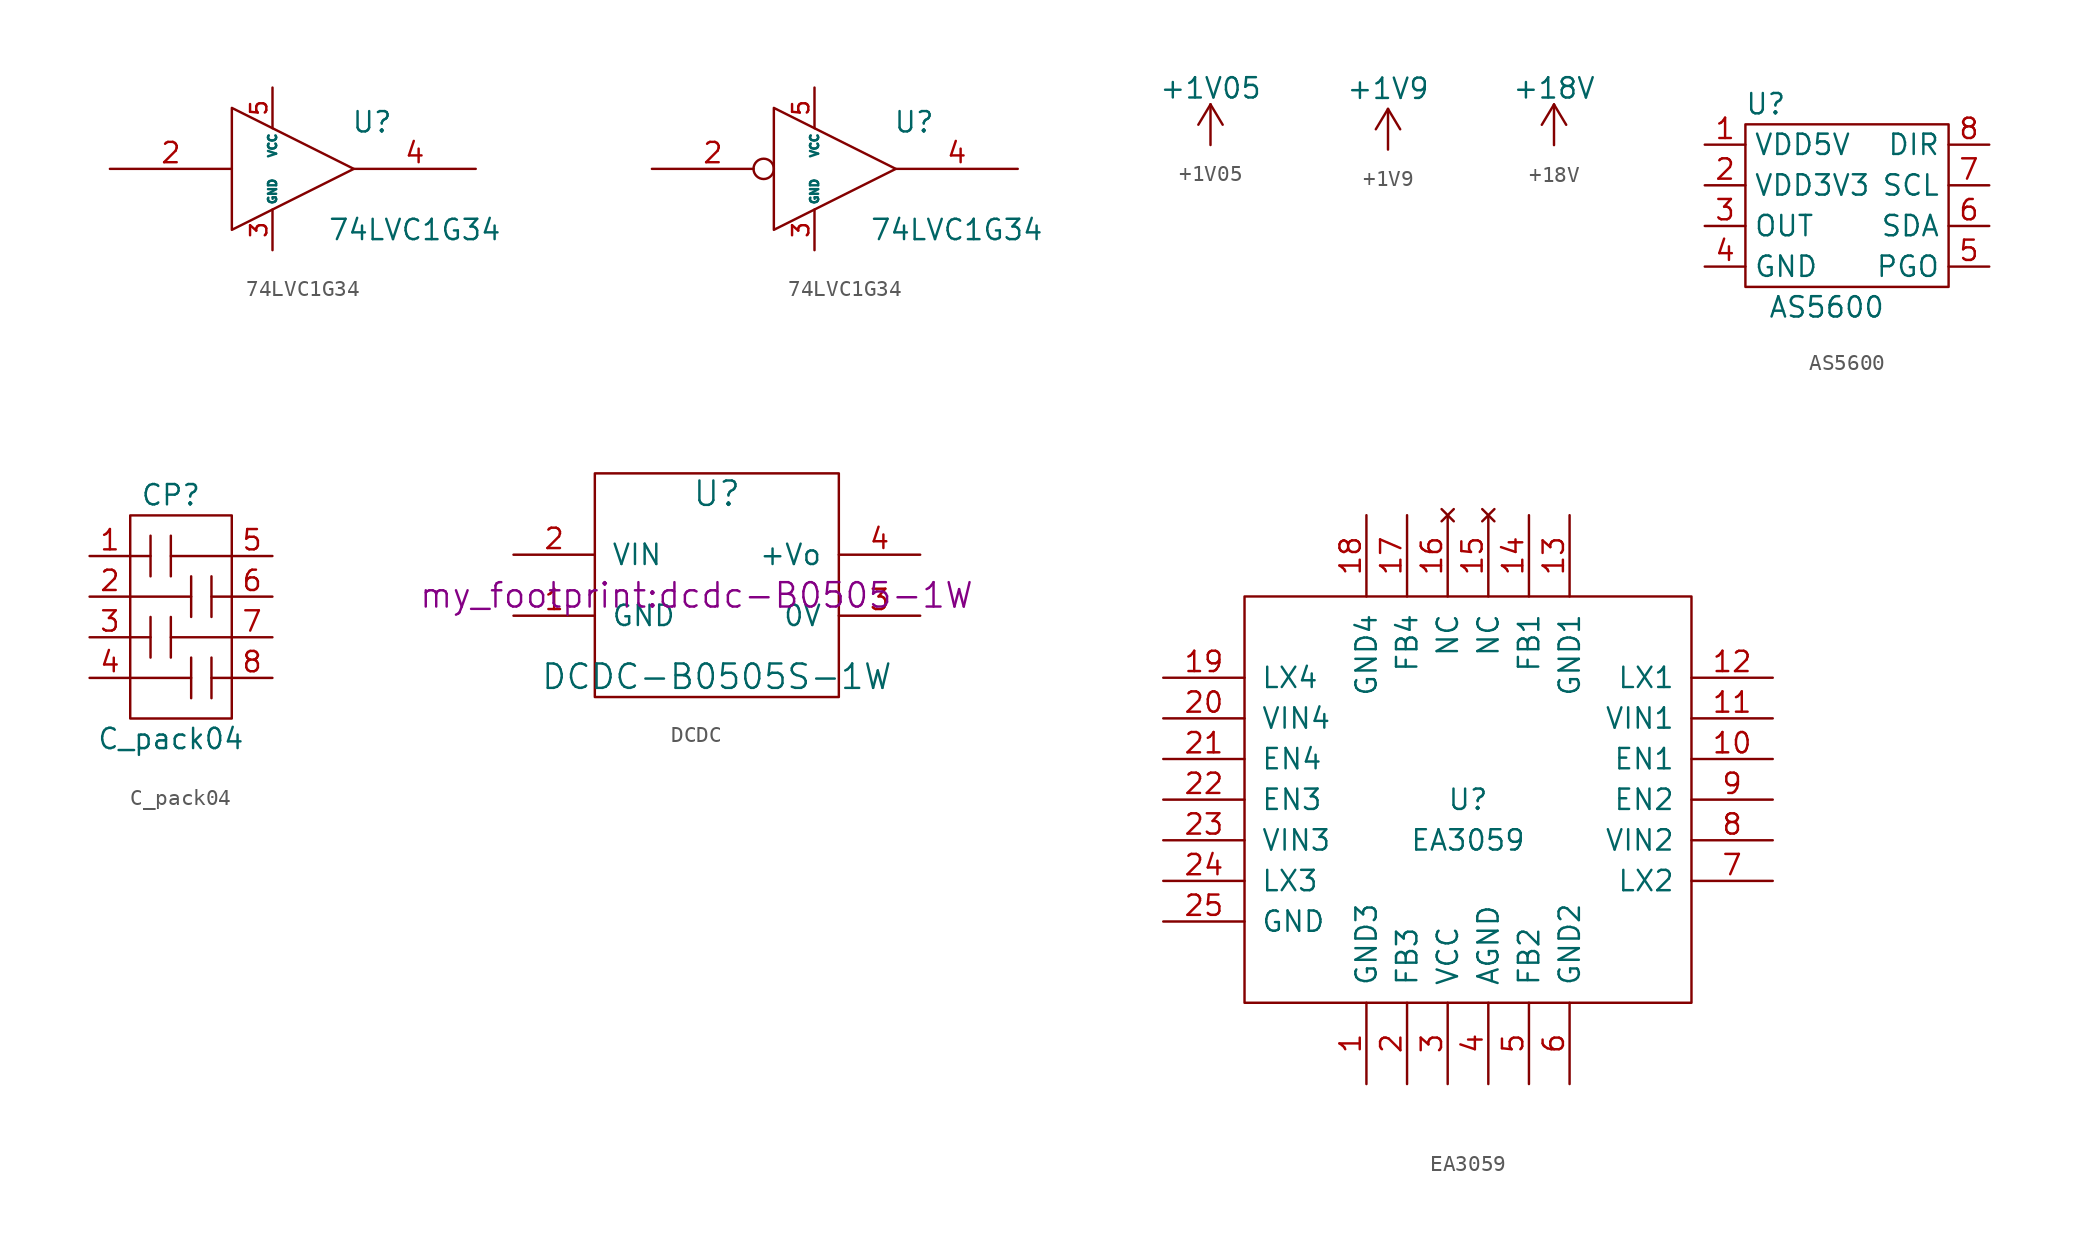
<source format=kicad_sym>
(kicad_symbol_lib
  (version 20220914)
  (generator kicad_symbol_editor)
  (symbol "74LVC1G34"
    (pin_names
      (offset 0.254))
    (property "Reference" "U"
      (at 4.953 2.921 0)
      (effects (font (size 1.27 1.27))))
    (property "Value" "74LVC1G34"
      (at 7.62 -3.81 0)
      (effects (font (size 1.27 1.27))))
    (symbol "74LVC1G34_0_0"
      (polyline (pts (xy -3.81 3.81) (xy -3.81 -3.81) (xy 3.81 0) (xy -3.81 3.81)) (stroke (width 0) (type default)) (fill (type none)))
      (pin power_in line (at -1.27 -5.08 90) (length 2.54) (name "GND" (effects (font (size 0.508 0.508)))) (number "3" (effects (font (size 1.016 1.016)))))
      (pin power_in line (at -1.27 5.08 270) (length 2.54) (name "VCC" (effects (font (size 0.508 0.508)))) (number "5" (effects (font (size 1.016 1.016))))))
    (symbol "74LVC1G34_1_1"
      (pin input line (at -11.43 0 0) (length 7.62) (name "~" (effects (font (size 1.27 1.27)))) (number "2" (effects (font (size 1.27 1.27)))))
      (pin output line (at 11.43 0 180) (length 7.62) (name "~" (effects (font (size 1.27 1.27)))) (number "4" (effects (font (size 1.27 1.27))))))
    (symbol "74LVC1G34_1_2"
      (pin input inverted (at -11.43 0 0) (length 7.62) (name "~" (effects (font (size 1.27 1.27)))) (number "2" (effects (font (size 1.27 1.27)))))
      (pin output line (at 11.43 0 180) (length 7.62) (name "~" (effects (font (size 1.27 1.27)))) (number "4" (effects (font (size 1.27 1.27)))))))
  (symbol "+1V05"
    (power)
    (pin_names
      (offset 0))
    (property "Reference" "#PWR"
      (at 0 -3.81 0)
      (effects (font (size 1.27 1.27)) hide))
    (property "Value" "+1V05"
      (at 0 3.556 0)
      (effects (font (size 1.27 1.27))))
    (property "Footprint" ""
      (at 0 0 0)
      (effects (font (size 1.27 1.27))))
    (property "Datasheet" ""
      (at 0 0 0)
      (effects (font (size 1.27 1.27))))
    (symbol "+1V05_0_1"
      (polyline (pts (xy -0.762 1.27) (xy 0 2.54)) (stroke (width 0) (type default)) (fill (type none)))
      (polyline (pts (xy 0 0) (xy 0 2.54)) (stroke (width 0) (type default)) (fill (type none)))
      (polyline (pts (xy 0 2.54) (xy 0.762 1.27)) (stroke (width 0) (type default)) (fill (type none))))
    (symbol "+1V05_1_1"
      (pin power_in line (at 0 0 90) (length 0) hide (name "+1V05" (effects (font (size 1.27 1.27)))) (number "1" (effects (font (size 1.27 1.27)))))))
  (symbol "+1V9"
    (power)
    (pin_names
      (offset 0))
    (property "Reference" "#PWR"
      (at 0 -3.81 0)
      (effects (font (size 1.27 1.27)) hide))
    (property "Value" "+1V9"
      (at 0 3.81 0)
      (effects (font (size 1.27 1.27))))
    (property "Footprint" ""
      (at 0 0 0)
      (effects (font (size 1.27 1.27))))
    (property "Datasheet" ""
      (at 0 0 0)
      (effects (font (size 1.27 1.27))))
    (symbol "+1V9_0_1"
      (polyline (pts (xy -0.762 1.27) (xy 0 2.54)) (stroke (width 0) (type default)) (fill (type none)))
      (polyline (pts (xy 0 0) (xy 0 2.54)) (stroke (width 0) (type default)) (fill (type none)))
      (polyline (pts (xy 0 2.54) (xy 0.762 1.27)) (stroke (width 0) (type default)) (fill (type none))))
    (symbol "+1V9_1_1"
      (pin power_in line (at 0 0 90) (length 0) hide (name "+1V9" (effects (font (size 1.27 1.27)))) (number "1" (effects (font (size 1.27 1.27)))))))
  (symbol "+18V"
    (power)
    (pin_names
      (offset 0))
    (property "Reference" "#PWR"
      (at 0 -3.81 0)
      (effects (font (size 1.27 1.27)) hide))
    (property "Value" "+18V"
      (at 0 3.556 0)
      (effects (font (size 1.27 1.27))))
    (property "Footprint" ""
      (at 0 0 0)
      (effects (font (size 1.27 1.27))))
    (property "Datasheet" ""
      (at 0 0 0)
      (effects (font (size 1.27 1.27))))
    (symbol "+18V_0_1"
      (polyline (pts (xy -0.762 1.27) (xy 0 2.54)) (stroke (width 0) (type default)) (fill (type none)))
      (polyline (pts (xy 0 0) (xy 0 2.54)) (stroke (width 0) (type default)) (fill (type none)))
      (polyline (pts (xy 0 2.54) (xy 0.762 1.27)) (stroke (width 0) (type default)) (fill (type none))))
    (symbol "+18V_1_1"
      (pin power_in line (at 0 0 90) (length 0) hide (name "+18V" (effects (font (size 1.27 1.27)))) (number "1" (effects (font (size 1.27 1.27)))))))
  (symbol "AS5600"
    (property "Reference" "U"
      (at -5.08 6.35 0)
      (effects (font (size 1.27 1.27))))
    (property "Value" "AS5600"
      (at -1.27 -6.35 0)
      (effects (font (size 1.27 1.27))))
    (symbol "AS5600_0_1"
      (rectangle (start -6.35 5.08) (end 6.35 -5.08) (stroke (width 0.152) (type default)) (fill (type none))))
    (symbol "AS5600_1_1"
      (pin power_in line (at -8.89 3.81 0) (length 2.54) (name "VDD5V" (effects (font (size 1.27 1.27)))) (number "1" (effects (font (size 1.27 1.27)))))
      (pin power_in line (at -8.89 1.27 0) (length 2.54) (name "VDD3V3" (effects (font (size 1.27 1.27)))) (number "2" (effects (font (size 1.27 1.27)))))
      (pin output line (at -8.89 -1.27 0) (length 2.54) (name "OUT" (effects (font (size 1.27 1.27)))) (number "3" (effects (font (size 1.27 1.27)))))
      (pin power_in line (at -8.89 -3.81 0) (length 2.54) (name "GND" (effects (font (size 1.27 1.27)))) (number "4" (effects (font (size 1.27 1.27)))))
      (pin input line (at 8.89 -3.81 180) (length 2.54) (name "PGO" (effects (font (size 1.27 1.27)))) (number "5" (effects (font (size 1.27 1.27)))))
      (pin bidirectional line (at 8.89 -1.27 180) (length 2.54) (name "SDA" (effects (font (size 1.27 1.27)))) (number "6" (effects (font (size 1.27 1.27)))))
      (pin input line (at 8.89 1.27 180) (length 2.54) (name "SCL" (effects (font (size 1.27 1.27)))) (number "7" (effects (font (size 1.27 1.27)))))
      (pin output line (at 8.89 3.81 180) (length 2.54) (name "DIR" (effects (font (size 1.27 1.27)))) (number "8" (effects (font (size 1.27 1.27)))))))
  (symbol "C_pack04"
    (pin_names
      (offset 1.016))
    (property "Reference" "CP"
      (at -1.27 7.62 0)
      (effects (font (size 1.27 1.27))))
    (property "Value" "C_pack04"
      (at -1.27 -7.62 0)
      (effects (font (size 1.27 1.27))))
    (symbol "C_pack04_0_1"
      (rectangle (start -3.81 6.35) (end 2.54 -6.35) (stroke (width 0) (type default)) (fill (type none)))
      (polyline (pts (xy -3.81 -1.27) (xy -2.54 -1.27)) (stroke (width 0) (type default)) (fill (type none)))
      (polyline (pts (xy -3.81 3.81) (xy -2.54 3.81)) (stroke (width 0) (type default)) (fill (type none)))
      (polyline (pts (xy -2.54 0) (xy -2.54 -2.54)) (stroke (width 0) (type default)) (fill (type none)))
      (polyline (pts (xy -2.54 5.08) (xy -2.54 2.54)) (stroke (width 0) (type default)) (fill (type none)))
      (polyline (pts (xy -1.27 -1.27) (xy 2.54 -1.27)) (stroke (width 0) (type default)) (fill (type none)))
      (polyline (pts (xy -1.27 0) (xy -1.27 -2.54)) (stroke (width 0) (type default)) (fill (type none)))
      (polyline (pts (xy -1.27 2.54) (xy -1.27 5.08)) (stroke (width 0) (type default)) (fill (type none)))
      (polyline (pts (xy -1.27 3.81) (xy 2.54 3.81)) (stroke (width 0) (type default)) (fill (type none)))
      (polyline (pts (xy 0 -3.81) (xy -3.81 -3.81)) (stroke (width 0) (type default)) (fill (type none)))
      (polyline (pts (xy 0 -2.54) (xy 0 -5.08)) (stroke (width 0) (type default)) (fill (type none)))
      (polyline (pts (xy 0 1.27) (xy -3.81 1.27)) (stroke (width 0) (type default)) (fill (type none)))
      (polyline (pts (xy 0 2.54) (xy 0 0)) (stroke (width 0) (type default)) (fill (type none)))
      (polyline (pts (xy 1.27 -3.81) (xy 2.54 -3.81)) (stroke (width 0) (type default)) (fill (type none)))
      (polyline (pts (xy 1.27 -2.54) (xy 1.27 -5.08)) (stroke (width 0) (type default)) (fill (type none)))
      (polyline (pts (xy 1.27 1.27) (xy 2.54 1.27)) (stroke (width 0) (type default)) (fill (type none)))
      (polyline (pts (xy 1.27 2.54) (xy 1.27 0)) (stroke (width 0) (type default)) (fill (type none))))
    (symbol "C_pack04_1_1"
      (pin input line (at -6.35 3.81 0) (length 2.54) (name "~" (effects (font (size 1.27 1.27)))) (number "1" (effects (font (size 1.27 1.27)))))
      (pin input line (at -6.35 1.27 0) (length 2.54) (name "~" (effects (font (size 1.27 1.27)))) (number "2" (effects (font (size 1.27 1.27)))))
      (pin input line (at -6.35 -1.27 0) (length 2.54) (name "~" (effects (font (size 1.27 1.27)))) (number "3" (effects (font (size 1.27 1.27)))))
      (pin input line (at -6.35 -3.81 0) (length 2.54) (name "~" (effects (font (size 1.27 1.27)))) (number "4" (effects (font (size 1.27 1.27)))))
      (pin input line (at 5.08 3.81 180) (length 2.54) (name "~" (effects (font (size 1.27 1.27)))) (number "5" (effects (font (size 1.27 1.27)))))
      (pin input line (at 5.08 1.27 180) (length 2.54) (name "~" (effects (font (size 1.27 1.27)))) (number "6" (effects (font (size 1.27 1.27)))))
      (pin input line (at 5.08 -1.27 180) (length 2.54) (name "~" (effects (font (size 1.27 1.27)))) (number "7" (effects (font (size 1.27 1.27)))))
      (pin input line (at 5.08 -3.81 180) (length 2.54) (name "~" (effects (font (size 1.27 1.27)))) (number "8" (effects (font (size 1.27 1.27)))))))
  (symbol "DCDC"
    (pin_names
      (offset 1.016))
    (property "Reference" "U"
      (at 1.27 6.35 0)
      (effects (font (size 1.524 1.524))))
    (property "Value" "DCDC-B0505S-1W"
      (at 1.27 -5.08 0)
      (effects (font (size 1.524 1.524))))
    (property "Footprint" "my_footprint:dcdc-B0505-1W"
      (at 0 0 0)
      (effects (font (size 1.524 1.524))))
    (property "Datasheet" ""
      (at 0 0 0)
      (effects (font (size 1.524 1.524))))
    (symbol "DCDC_0_1"
      (rectangle (start -6.35 7.62) (end 8.89 -6.35) (stroke (width 0) (type default)) (fill (type none))))
    (symbol "DCDC_1_1"
      (pin input line (at -11.43 -1.27 0) (length 5.08) (name "GND" (effects (font (size 1.27 1.27)))) (number "1" (effects (font (size 1.27 1.27)))))
      (pin input line (at -11.43 2.54 0) (length 5.08) (name "VIN" (effects (font (size 1.27 1.27)))) (number "2" (effects (font (size 1.27 1.27)))))
      (pin input line (at 13.97 -1.27 180) (length 5.08) (name "0V" (effects (font (size 1.27 1.27)))) (number "3" (effects (font (size 1.27 1.27)))))
      (pin input line (at 13.97 2.54 180) (length 5.08) (name "+Vo" (effects (font (size 1.27 1.27)))) (number "4" (effects (font (size 1.27 1.27)))))))
  (symbol "EA3059"
    (pin_names
      (offset 1.016))
    (property "Reference" "U"
      (at 0 0 0)
      (effects (font (size 1.27 1.27))))
    (property "Value" "EA3059"
      (at 0 -2.54 0)
      (effects (font (size 1.27 1.27))))
    (symbol "EA3059_0_1"
      (rectangle (start -13.97 12.7) (end 13.97 -12.7) (stroke (width 0) (type default)) (fill (type none))))
    (symbol "EA3059_1_1"
      (pin input line (at -6.35 -17.78 90) (length 5.08) (name "GND3" (effects (font (size 1.27 1.27)))) (number "1" (effects (font (size 1.27 1.27)))))
      (pin input line (at 19.05 2.54 180) (length 5.08) (name "EN1" (effects (font (size 1.27 1.27)))) (number "10" (effects (font (size 1.27 1.27)))))
      (pin input line (at 19.05 5.08 180) (length 5.08) (name "VIN1" (effects (font (size 1.27 1.27)))) (number "11" (effects (font (size 1.27 1.27)))))
      (pin input line (at 19.05 7.62 180) (length 5.08) (name "LX1" (effects (font (size 1.27 1.27)))) (number "12" (effects (font (size 1.27 1.27)))))
      (pin input line (at 6.35 17.78 270) (length 5.08) (name "GND1" (effects (font (size 1.27 1.27)))) (number "13" (effects (font (size 1.27 1.27)))))
      (pin input line (at 3.81 17.78 270) (length 5.08) (name "FB1" (effects (font (size 1.27 1.27)))) (number "14" (effects (font (size 1.27 1.27)))))
      (pin no_connect line (at 1.27 17.78 270) (length 5.08) (name "NC" (effects (font (size 1.27 1.27)))) (number "15" (effects (font (size 1.27 1.27)))))
      (pin no_connect line (at -1.27 17.78 270) (length 5.08) (name "NC" (effects (font (size 1.27 1.27)))) (number "16" (effects (font (size 1.27 1.27)))))
      (pin input line (at -3.81 17.78 270) (length 5.08) (name "FB4" (effects (font (size 1.27 1.27)))) (number "17" (effects (font (size 1.27 1.27)))))
      (pin input line (at -6.35 17.78 270) (length 5.08) (name "GND4" (effects (font (size 1.27 1.27)))) (number "18" (effects (font (size 1.27 1.27)))))
      (pin input line (at -19.05 7.62 0) (length 5.08) (name "LX4" (effects (font (size 1.27 1.27)))) (number "19" (effects (font (size 1.27 1.27)))))
      (pin input line (at -3.81 -17.78 90) (length 5.08) (name "FB3" (effects (font (size 1.27 1.27)))) (number "2" (effects (font (size 1.27 1.27)))))
      (pin input line (at -19.05 5.08 0) (length 5.08) (name "VIN4" (effects (font (size 1.27 1.27)))) (number "20" (effects (font (size 1.27 1.27)))))
      (pin input line (at -19.05 2.54 0) (length 5.08) (name "EN4" (effects (font (size 1.27 1.27)))) (number "21" (effects (font (size 1.27 1.27)))))
      (pin input line (at -19.05 0 0) (length 5.08) (name "EN3" (effects (font (size 1.27 1.27)))) (number "22" (effects (font (size 1.27 1.27)))))
      (pin input line (at -19.05 -2.54 0) (length 5.08) (name "VIN3" (effects (font (size 1.27 1.27)))) (number "23" (effects (font (size 1.27 1.27)))))
      (pin input line (at -19.05 -5.08 0) (length 5.08) (name "LX3" (effects (font (size 1.27 1.27)))) (number "24" (effects (font (size 1.27 1.27)))))
      (pin input line (at -19.05 -7.62 0) (length 5.08) (name "GND" (effects (font (size 1.27 1.27)))) (number "25" (effects (font (size 1.27 1.27)))))
      (pin input line (at -1.27 -17.78 90) (length 5.08) (name "VCC" (effects (font (size 1.27 1.27)))) (number "3" (effects (font (size 1.27 1.27)))))
      (pin input line (at 1.27 -17.78 90) (length 5.08) (name "AGND" (effects (font (size 1.27 1.27)))) (number "4" (effects (font (size 1.27 1.27)))))
      (pin input line (at 3.81 -17.78 90) (length 5.08) (name "FB2" (effects (font (size 1.27 1.27)))) (number "5" (effects (font (size 1.27 1.27)))))
      (pin input line (at 6.35 -17.78 90) (length 5.08) (name "GND2" (effects (font (size 1.27 1.27)))) (number "6" (effects (font (size 1.27 1.27)))))
      (pin input line (at 19.05 -5.08 180) (length 5.08) (name "LX2" (effects (font (size 1.27 1.27)))) (number "7" (effects (font (size 1.27 1.27)))))
      (pin input line (at 19.05 -2.54 180) (length 5.08) (name "VIN2" (effects (font (size 1.27 1.27)))) (number "8" (effects (font (size 1.27 1.27)))))
      (pin input line (at 19.05 0 180) (length 5.08) (name "EN2" (effects (font (size 1.27 1.27)))) (number "9" (effects (font (size 1.27 1.27))))))))
</source>
